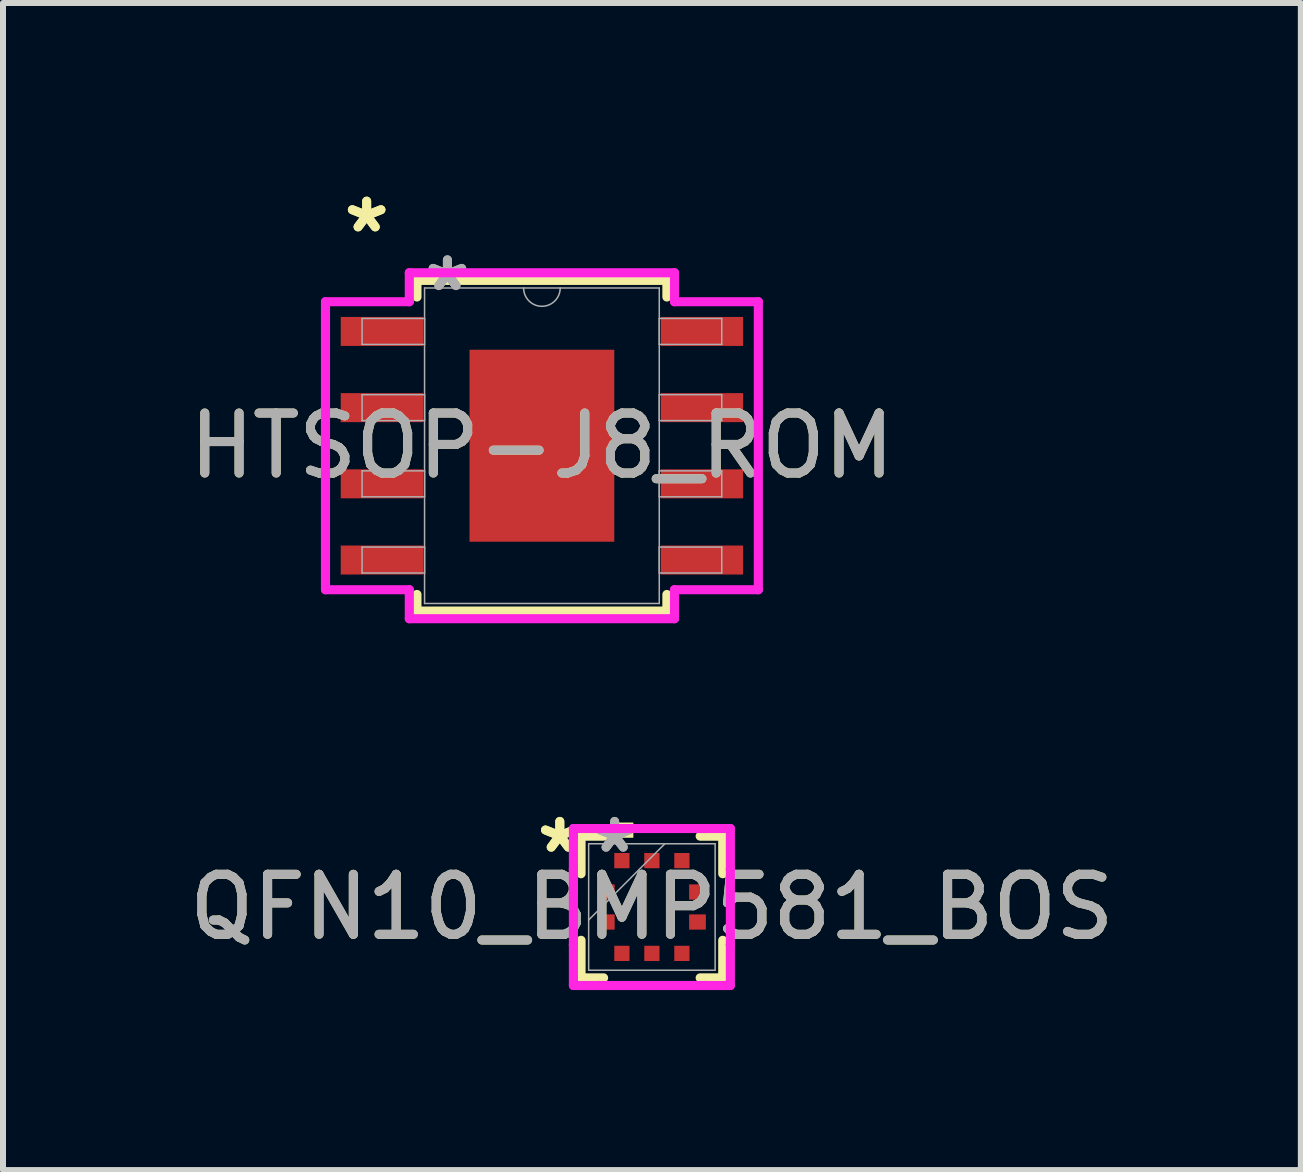
<source format=kicad_pcb>
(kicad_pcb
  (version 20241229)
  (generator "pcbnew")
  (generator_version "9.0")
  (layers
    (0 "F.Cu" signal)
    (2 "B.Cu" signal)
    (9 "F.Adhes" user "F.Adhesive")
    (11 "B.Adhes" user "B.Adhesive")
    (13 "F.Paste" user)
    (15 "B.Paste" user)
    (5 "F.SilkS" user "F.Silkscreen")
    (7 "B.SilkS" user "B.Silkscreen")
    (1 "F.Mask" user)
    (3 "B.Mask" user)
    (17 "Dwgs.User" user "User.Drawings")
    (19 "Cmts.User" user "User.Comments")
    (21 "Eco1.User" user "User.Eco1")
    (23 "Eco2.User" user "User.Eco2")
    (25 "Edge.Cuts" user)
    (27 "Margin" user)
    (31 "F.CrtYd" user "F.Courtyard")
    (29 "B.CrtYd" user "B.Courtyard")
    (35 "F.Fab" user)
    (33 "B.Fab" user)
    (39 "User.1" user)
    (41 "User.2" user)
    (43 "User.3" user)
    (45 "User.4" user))
  (footprint "HTSOP-J8_ROM"
    (layer "F.Cu")
    (at 5.982 4.379)
    (property "Reference" "HTSOP-J8_ROM" (at 0 0 0) (unlocked yes) (layer "F.SilkS") (effects (font (size 1 1) (thickness 0.15))))
    (attr smd)
    (fp_line (start -2.083 -2.756) (end -2.083 -2.479) (stroke (width 0.152) (type solid)) (layer "F.SilkS"))
    (fp_line (start -2.083 2.479) (end -2.083 2.756) (stroke (width 0.152) (type solid)) (layer "F.SilkS"))
    (fp_line (start -2.083 2.756) (end 2.083 2.756) (stroke (width 0.152) (type solid)) (layer "F.SilkS"))
    (fp_line (start 2.083 -2.756) (end -2.083 -2.756) (stroke (width 0.152) (type solid)) (layer "F.SilkS"))
    (fp_line (start 2.083 -2.479) (end 2.083 -2.756) (stroke (width 0.152) (type solid)) (layer "F.SilkS"))
    (fp_line (start 2.083 2.756) (end 2.083 2.479) (stroke (width 0.152) (type solid)) (layer "F.SilkS"))
    (fp_poly (pts (xy -1.107 -1.5) (xy -1.107 -0.1) (xy 1.107 -0.1) (xy 1.107 -1.5)) (stroke (width 0) (type solid)) (fill yes) (layer "F.Paste"))
    (fp_poly (pts (xy -1.107 0.1) (xy -1.107 1.5) (xy 1.107 1.5) (xy 1.107 0.1)) (stroke (width 0) (type solid)) (fill yes) (layer "F.Paste"))
    (fp_line (start -3.607 -2.4) (end -2.21 -2.4) (stroke (width 0.152) (type solid)) (layer "F.CrtYd"))
    (fp_line (start -3.607 2.4) (end -3.607 -2.4) (stroke (width 0.152) (type solid)) (layer "F.CrtYd"))
    (fp_line (start -3.607 2.4) (end -2.21 2.4) (stroke (width 0.152) (type solid)) (layer "F.CrtYd"))
    (fp_line (start -2.21 -2.883) (end 2.21 -2.883) (stroke (width 0.152) (type solid)) (layer "F.CrtYd"))
    (fp_line (start -2.21 -2.4) (end -2.21 -2.883) (stroke (width 0.152) (type solid)) (layer "F.CrtYd"))
    (fp_line (start -2.21 2.883) (end -2.21 2.4) (stroke (width 0.152) (type solid)) (layer "F.CrtYd"))
    (fp_line (start 2.21 -2.883) (end 2.21 -2.4) (stroke (width 0.152) (type solid)) (layer "F.CrtYd"))
    (fp_line (start 2.21 2.4) (end 2.21 2.883) (stroke (width 0.152) (type solid)) (layer "F.CrtYd"))
    (fp_line (start 2.21 2.883) (end -2.21 2.883) (stroke (width 0.152) (type solid)) (layer "F.CrtYd"))
    (fp_line (start 3.607 -2.4) (end 2.21 -2.4) (stroke (width 0.152) (type solid)) (layer "F.CrtYd"))
    (fp_line (start 3.607 -2.4) (end 3.607 2.4) (stroke (width 0.152) (type solid)) (layer "F.CrtYd"))
    (fp_line (start 3.607 2.4) (end 2.21 2.4) (stroke (width 0.152) (type solid)) (layer "F.CrtYd"))
    (fp_line (start -2.997 -2.121) (end -2.997 -1.689) (stroke (width 0.025) (type solid)) (layer "F.Fab"))
    (fp_line (start -2.997 -1.689) (end -1.956 -1.689) (stroke (width 0.025) (type solid)) (layer "F.Fab"))
    (fp_line (start -2.997 -0.851) (end -2.997 -0.419) (stroke (width 0.025) (type solid)) (layer "F.Fab"))
    (fp_line (start -2.997 -0.419) (end -1.956 -0.419) (stroke (width 0.025) (type solid)) (layer "F.Fab"))
    (fp_line (start -2.997 0.419) (end -2.997 0.851) (stroke (width 0.025) (type solid)) (layer "F.Fab"))
    (fp_line (start -2.997 0.851) (end -1.956 0.851) (stroke (width 0.025) (type solid)) (layer "F.Fab"))
    (fp_line (start -2.997 1.689) (end -2.997 2.121) (stroke (width 0.025) (type solid)) (layer "F.Fab"))
    (fp_line (start -2.997 2.121) (end -1.956 2.121) (stroke (width 0.025) (type solid)) (layer "F.Fab"))
    (fp_line (start -1.956 -2.629) (end -1.956 2.629) (stroke (width 0.025) (type solid)) (layer "F.Fab"))
    (fp_line (start -1.956 -2.121) (end -2.997 -2.121) (stroke (width 0.025) (type solid)) (layer "F.Fab"))
    (fp_line (start -1.956 -1.689) (end -1.956 -2.121) (stroke (width 0.025) (type solid)) (layer "F.Fab"))
    (fp_line (start -1.956 -0.851) (end -2.997 -0.851) (stroke (width 0.025) (type solid)) (layer "F.Fab"))
    (fp_line (start -1.956 -0.419) (end -1.956 -0.851) (stroke (width 0.025) (type solid)) (layer "F.Fab"))
    (fp_line (start -1.956 0.419) (end -2.997 0.419) (stroke (width 0.025) (type solid)) (layer "F.Fab"))
    (fp_line (start -1.956 0.851) (end -1.956 0.419) (stroke (width 0.025) (type solid)) (layer "F.Fab"))
    (fp_line (start -1.956 1.689) (end -2.997 1.689) (stroke (width 0.025) (type solid)) (layer "F.Fab"))
    (fp_line (start -1.956 2.121) (end -1.956 1.689) (stroke (width 0.025) (type solid)) (layer "F.Fab"))
    (fp_line (start -1.956 2.629) (end 1.956 2.629) (stroke (width 0.025) (type solid)) (layer "F.Fab"))
    (fp_line (start 1.956 -2.629) (end -1.956 -2.629) (stroke (width 0.025) (type solid)) (layer "F.Fab"))
    (fp_line (start 1.956 -2.121) (end 1.956 -1.689) (stroke (width 0.025) (type solid)) (layer "F.Fab"))
    (fp_line (start 1.956 -1.689) (end 2.997 -1.689) (stroke (width 0.025) (type solid)) (layer "F.Fab"))
    (fp_line (start 1.956 -0.851) (end 1.956 -0.419) (stroke (width 0.025) (type solid)) (layer "F.Fab"))
    (fp_line (start 1.956 -0.419) (end 2.997 -0.419) (stroke (width 0.025) (type solid)) (layer "F.Fab"))
    (fp_line (start 1.956 0.419) (end 1.956 0.851) (stroke (width 0.025) (type solid)) (layer "F.Fab"))
    (fp_line (start 1.956 0.851) (end 2.997 0.851) (stroke (width 0.025) (type solid)) (layer "F.Fab"))
    (fp_line (start 1.956 1.689) (end 1.956 2.121) (stroke (width 0.025) (type solid)) (layer "F.Fab"))
    (fp_line (start 1.956 2.121) (end 2.997 2.121) (stroke (width 0.025) (type solid)) (layer "F.Fab"))
    (fp_line (start 1.956 2.629) (end 1.956 -2.629) (stroke (width 0.025) (type solid)) (layer "F.Fab"))
    (fp_line (start 2.997 -2.121) (end 1.956 -2.121) (stroke (width 0.025) (type solid)) (layer "F.Fab"))
    (fp_line (start 2.997 -1.689) (end 2.997 -2.121) (stroke (width 0.025) (type solid)) (layer "F.Fab"))
    (fp_line (start 2.997 -0.851) (end 1.956 -0.851) (stroke (width 0.025) (type solid)) (layer "F.Fab"))
    (fp_line (start 2.997 -0.419) (end 2.997 -0.851) (stroke (width 0.025) (type solid)) (layer "F.Fab"))
    (fp_line (start 2.997 0.419) (end 1.956 0.419) (stroke (width 0.025) (type solid)) (layer "F.Fab"))
    (fp_line (start 2.997 0.851) (end 2.997 0.419) (stroke (width 0.025) (type solid)) (layer "F.Fab"))
    (fp_line (start 2.997 1.689) (end 1.956 1.689) (stroke (width 0.025) (type solid)) (layer "F.Fab"))
    (fp_line (start 2.997 2.121) (end 2.997 1.689) (stroke (width 0.025) (type solid)) (layer "F.Fab"))
    (fp_arc (start 0.3048 -2.6289) (mid 0 -2.3241) (end -0.3048 -2.6289) (stroke (width 0.0254) (type solid)) (layer "F.Fab"))
    (fp_text user "*" (at -2.921 -3.531 0) (unlocked yes) (layer "F.SilkS") (effects (font (size 1 1) (thickness 0.15))))
    (fp_text user "*" (at -2.921 -3.531 0) (layer "F.SilkS") (effects (font (size 1 1) (thickness 0.15))))
    (fp_text user "${REFERENCE}" (at 0 0 0) (unlocked yes) (layer "F.Fab") (effects (font (size 1 1) (thickness 0.15))))
    (fp_text user "*" (at -1.575 -2.553 0) (layer "F.Fab") (effects (font (size 1 1) (thickness 0.15))))
    (fp_text user "*" (at -1.575 -2.553 0) (unlocked yes) (layer "F.Fab") (effects (font (size 1 1) (thickness 0.15))))
    (pad "1" smd rect (at -2.667 -1.905) (size 1.372 0.483) (layers "F.Cu" "F.Mask" "F.Paste"))
    (pad "2" smd rect (at -2.667 -0.635) (size 1.372 0.483) (layers "F.Cu" "F.Mask" "F.Paste"))
    (pad "3" smd rect (at -2.667 0.635) (size 1.372 0.483) (layers "F.Cu" "F.Mask" "F.Paste"))
    (pad "4" smd rect (at -2.667 1.905) (size 1.372 0.483) (layers "F.Cu" "F.Mask" "F.Paste"))
    (pad "5" smd rect (at 2.667 1.905) (size 1.372 0.483) (layers "F.Cu" "F.Mask" "F.Paste"))
    (pad "6" smd rect (at 2.667 0.635) (size 1.372 0.483) (layers "F.Cu" "F.Mask" "F.Paste"))
    (pad "7" smd rect (at 2.667 -0.635) (size 1.372 0.483) (layers "F.Cu" "F.Mask" "F.Paste"))
    (pad "8" smd rect (at 2.667 -1.905) (size 1.372 0.483) (layers "F.Cu" "F.Mask" "F.Paste"))
    (pad "EPAD" smd rect (at 0 0) (size 2.413 3.2) (layers "F.Cu" "F.Mask")))
  (footprint "QFN10_BMP581_BOS"
    (layer "F.Cu")
    (at 7.815 12.067)
    (property "Reference" "QFN10_BMP581_BOS" (at 0 0 0) (unlocked yes) (layer "F.SilkS") (effects (font (size 1 1) (thickness 0.15))))
    (attr smd)
    (fp_line (start -1.181 -1.181) (end -1.181 -0.555) (stroke (width 0.152) (type solid)) (layer "F.SilkS"))
    (fp_line (start -1.181 0.555) (end -1.181 1.181) (stroke (width 0.152) (type solid)) (layer "F.SilkS"))
    (fp_line (start -1.181 1.181) (end -0.805 1.181) (stroke (width 0.152) (type solid)) (layer "F.SilkS"))
    (fp_line (start -0.805 -1.181) (end -1.181 -1.181) (stroke (width 0.152) (type solid)) (layer "F.SilkS"))
    (fp_line (start 0.805 1.181) (end 1.181 1.181) (stroke (width 0.152) (type solid)) (layer "F.SilkS"))
    (fp_line (start 1.181 -1.181) (end 0.805 -1.181) (stroke (width 0.152) (type solid)) (layer "F.SilkS"))
    (fp_line (start 1.181 -0.555) (end 1.181 -1.181) (stroke (width 0.152) (type solid)) (layer "F.SilkS"))
    (fp_line (start 1.181 1.181) (end 1.181 0.555) (stroke (width 0.152) (type solid)) (layer "F.SilkS"))
    (fp_poly (pts (xy -0.69 -1.154) (xy -0.69 -1.408) (xy -0.309 -1.408) (xy -0.309 -1.154)) (stroke (width 0) (type solid)) (fill yes) (layer "F.SilkS"))
    (fp_line (start -1.308 -1.308) (end -0.881 -1.308) (stroke (width 0.152) (type solid)) (layer "F.CrtYd"))
    (fp_line (start -1.308 -0.631) (end -1.308 -1.308) (stroke (width 0.152) (type solid)) (layer "F.CrtYd"))
    (fp_line (start -1.308 -0.631) (end -1.308 -0.631) (stroke (width 0.152) (type solid)) (layer "F.CrtYd"))
    (fp_line (start -1.308 0.631) (end -1.308 -0.631) (stroke (width 0.152) (type solid)) (layer "F.CrtYd"))
    (fp_line (start -1.308 0.631) (end -1.308 0.631) (stroke (width 0.152) (type solid)) (layer "F.CrtYd"))
    (fp_line (start -1.308 1.308) (end -1.308 0.631) (stroke (width 0.152) (type solid)) (layer "F.CrtYd"))
    (fp_line (start -1.308 1.308) (end -0.881 1.308) (stroke (width 0.152) (type solid)) (layer "F.CrtYd"))
    (fp_line (start -0.881 -1.308) (end -0.881 -1.308) (stroke (width 0.152) (type solid)) (layer "F.CrtYd"))
    (fp_line (start -0.881 -1.308) (end 0.881 -1.308) (stroke (width 0.152) (type solid)) (layer "F.CrtYd"))
    (fp_line (start -0.881 1.308) (end -0.881 1.308) (stroke (width 0.152) (type solid)) (layer "F.CrtYd"))
    (fp_line (start -0.881 1.308) (end 0.881 1.308) (stroke (width 0.152) (type solid)) (layer "F.CrtYd"))
    (fp_line (start 0.881 -1.308) (end 0.881 -1.308) (stroke (width 0.152) (type solid)) (layer "F.CrtYd"))
    (fp_line (start 0.881 -1.308) (end 1.308 -1.308) (stroke (width 0.152) (type solid)) (layer "F.CrtYd"))
    (fp_line (start 0.881 1.308) (end 0.881 1.308) (stroke (width 0.152) (type solid)) (layer "F.CrtYd"))
    (fp_line (start 0.881 1.308) (end 1.308 1.308) (stroke (width 0.152) (type solid)) (layer "F.CrtYd"))
    (fp_line (start 1.308 -0.631) (end 1.308 -1.308) (stroke (width 0.152) (type solid)) (layer "F.CrtYd"))
    (fp_line (start 1.308 -0.631) (end 1.308 -0.631) (stroke (width 0.152) (type solid)) (layer "F.CrtYd"))
    (fp_line (start 1.308 0.631) (end 1.308 -0.631) (stroke (width 0.152) (type solid)) (layer "F.CrtYd"))
    (fp_line (start 1.308 0.631) (end 1.308 0.631) (stroke (width 0.152) (type solid)) (layer "F.CrtYd"))
    (fp_line (start 1.308 1.308) (end 1.308 0.631) (stroke (width 0.152) (type solid)) (layer "F.CrtYd"))
    (fp_line (start -1.054 -1.054) (end -1.054 1.054) (stroke (width 0.025) (type solid)) (layer "F.Fab"))
    (fp_line (start -1.054 0.216) (end 0.216 -1.054) (stroke (width 0.025) (type solid)) (layer "F.Fab"))
    (fp_line (start -1.054 1.054) (end 1.054 1.054) (stroke (width 0.025) (type solid)) (layer "F.Fab"))
    (fp_line (start 1.054 -1.054) (end -1.054 -1.054) (stroke (width 0.025) (type solid)) (layer "F.Fab"))
    (fp_line (start 1.054 1.054) (end 1.054 -1.054) (stroke (width 0.025) (type solid)) (layer "F.Fab"))
    (fp_text user "*" (at -1.535 -0.881 0) (layer "F.SilkS") (effects (font (size 1 1) (thickness 0.15))))
    (fp_text user "*" (at -1.535 -0.881 0) (unlocked yes) (layer "F.SilkS") (effects (font (size 1 1) (thickness 0.15))))
    (fp_text user "*" (at -0.621 -0.881 0) (layer "F.Fab") (effects (font (size 1 1) (thickness 0.15))))
    (fp_text user "${REFERENCE}" (at 0 0 0) (unlocked yes) (layer "F.Fab") (effects (font (size 1 1) (thickness 0.15))))
    (fp_text user "*" (at -0.621 -0.881 0) (unlocked yes) (layer "F.Fab") (effects (font (size 1 1) (thickness 0.15))))
    (pad "1" smd rect (at -0.76 -0.25 90) (size 0.254 0.279) (layers "F.Cu" "F.Mask" "F.Paste"))
    (pad "2" smd rect (at -0.76 0.25 90) (size 0.254 0.279) (layers "F.Cu" "F.Mask" "F.Paste"))
    (pad "3" smd rect (at -0.5 0.773) (size 0.254 0.254) (layers "F.Cu" "F.Mask" "F.Paste"))
    (pad "4" smd rect (at 0 0.773) (size 0.254 0.254) (layers "F.Cu" "F.Mask" "F.Paste"))
    (pad "5" smd rect (at 0.5 0.773) (size 0.254 0.254) (layers "F.Cu" "F.Mask" "F.Paste"))
    (pad "6" smd rect (at 0.76 0.25 90) (size 0.254 0.279) (layers "F.Cu" "F.Mask" "F.Paste"))
    (pad "7" smd rect (at 0.76 -0.25 90) (size 0.254 0.279) (layers "F.Cu" "F.Mask" "F.Paste"))
    (pad "8" smd rect (at 0.5 -0.773) (size 0.254 0.254) (layers "F.Cu" "F.Mask" "F.Paste"))
    (pad "9" smd rect (at 0 -0.773) (size 0.254 0.254) (layers "F.Cu" "F.Mask" "F.Paste"))
    (pad "10" smd rect (at -0.5 -0.773) (size 0.254 0.254) (layers "F.Cu" "F.Mask" "F.Paste")))
  (gr_rect
    (start -3 -3)
    (end 18.631 16.451)
    (stroke (width 0.1) (type default))
    (fill no)
    (layer "Edge.Cuts")))
</source>
